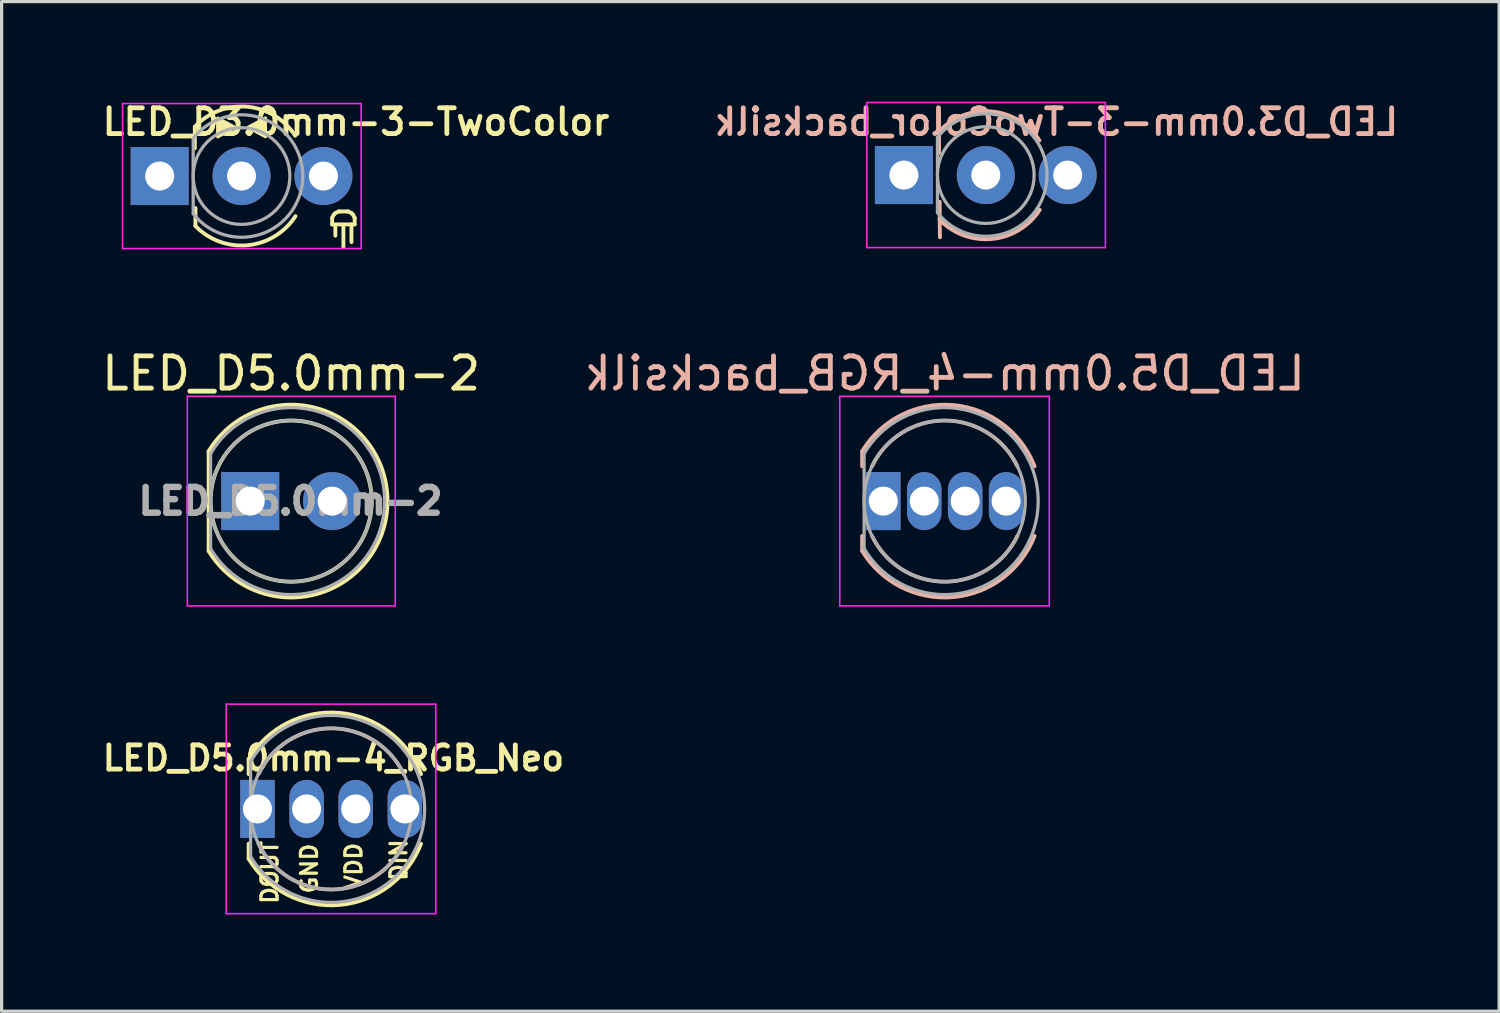
<source format=kicad_pcb>
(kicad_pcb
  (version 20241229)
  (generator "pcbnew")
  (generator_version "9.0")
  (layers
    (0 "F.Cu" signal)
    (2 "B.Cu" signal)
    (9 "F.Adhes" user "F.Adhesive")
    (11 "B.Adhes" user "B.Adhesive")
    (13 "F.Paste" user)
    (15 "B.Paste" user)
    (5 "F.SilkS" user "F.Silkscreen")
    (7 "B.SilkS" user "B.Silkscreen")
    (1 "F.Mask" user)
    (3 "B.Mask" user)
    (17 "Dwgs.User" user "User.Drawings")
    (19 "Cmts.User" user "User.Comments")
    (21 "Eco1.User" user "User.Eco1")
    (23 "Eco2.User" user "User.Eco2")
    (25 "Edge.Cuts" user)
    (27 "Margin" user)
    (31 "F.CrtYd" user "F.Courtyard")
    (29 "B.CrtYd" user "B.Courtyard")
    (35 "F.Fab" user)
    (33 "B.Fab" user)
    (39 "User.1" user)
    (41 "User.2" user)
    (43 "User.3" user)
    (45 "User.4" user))
  (footprint "LED_D5.0mm-2"
    (layer "F.Cu")
    (at 4.712 12.495)
    (property "Reference" "LED_D5.0mm-2" (at 1.27 -3.96 0) (layer "F.SilkS") (effects (font (size 1 1) (thickness 0.15))))
    (attr through_hole)
    (fp_line (start -1.29 -1.545) (end -1.29 1.545) (stroke (width 0.12) (type solid)) (layer "F.SilkS"))
    (fp_arc (start -1.29 -1.54483) (mid 2.072002 -2.880433) (end 4.26 0.000462) (stroke (width 0.12) (type solid)) (layer "F.SilkS"))
    (fp_arc (start 4.26 -0.000462) (mid 2.072002 2.880433) (end -1.29 1.54483) (stroke (width 0.12) (type solid)) (layer "F.SilkS"))
    (fp_circle (center 1.27 0) (end 3.77 0) (stroke (width 0.12) (type solid)) (fill no) (layer "F.SilkS"))
    (fp_line (start -1.95 -3.25) (end -1.95 3.25) (stroke (width 0.05) (type solid)) (layer "F.CrtYd"))
    (fp_line (start -1.95 3.25) (end 4.5 3.25) (stroke (width 0.05) (type solid)) (layer "F.CrtYd"))
    (fp_line (start 4.5 -3.25) (end -1.95 -3.25) (stroke (width 0.05) (type solid)) (layer "F.CrtYd"))
    (fp_line (start 4.5 3.25) (end 4.5 -3.25) (stroke (width 0.05) (type solid)) (layer "F.CrtYd"))
    (fp_line (start -1.23 -1.47) (end -1.23 1.47) (stroke (width 0.1) (type solid)) (layer "F.Fab"))
    (fp_arc (start -1.23 -1.469694) (mid 4.17 0.000016) (end -1.230016 1.469666) (stroke (width 0.1) (type solid)) (layer "F.Fab"))
    (fp_circle (center 1.27 0) (end 3.77 0) (stroke (width 0.1) (type solid)) (fill no) (layer "F.Fab"))
    (fp_text user "${REFERENCE}" (at 1.25 0 0) (layer "F.Fab") (effects (font (size 0.8 0.8) (thickness 0.2))))
    (pad "1" thru_hole rect (at 0 0) (size 1.8 1.8) (drill 0.9) (layers "*.Cu" "*.Mask"))
    (pad "2" thru_hole circle (at 2.54 0) (size 1.8 1.8) (drill 0.9) (layers "*.Cu" "*.Mask")))
  (footprint "LED_D3.0mm-3-TwoColor_backsilk"
    (layer "F.Cu")
    (at 24.991 2.381)
    (property "Reference" "LED_D3.0mm-3-TwoColor_backsilk" (at 4.73 -1.65 0) (layer "B.SilkS") (effects (font (size 0.8 0.8) (thickness 0.15)) (justify mirror)))
    (attr through_hole)
    (fp_line (start 1.09 -1.35) (end 1.09 -0.684) (stroke (width 0.12) (type solid)) (layer "B.SilkS"))
    (fp_line (start 1.09 -1.35) (end 1.092 -1.905) (stroke (width 0.12) (type solid)) (layer "B.SilkS"))
    (fp_line (start 1.11 0.83) (end 1.11 1.386) (stroke (width 0.12) (type solid)) (layer "B.SilkS"))
    (fp_line (start 1.118 1.93) (end 1.11 1.386) (stroke (width 0.12) (type solid)) (layer "B.SilkS"))
    (fp_arc (start 1.09 -1.35) (mid 2.71455 -1.973457) (end 4.204447 -1.074531) (stroke (width 0.12) (type solid)) (layer "B.SilkS"))
    (fp_arc (start 4.214042 1.078647) (mid 2.736228 1.981764) (end 1.11 1.386) (stroke (width 0.12) (type solid)) (layer "B.SilkS"))
    (fp_line (start -1.15 -2.25) (end -1.15 2.25) (stroke (width 0.05) (type solid)) (layer "F.CrtYd"))
    (fp_line (start -1.15 2.25) (end 6.25 2.25) (stroke (width 0.05) (type solid)) (layer "F.CrtYd"))
    (fp_line (start 6.25 -2.25) (end -1.15 -2.25) (stroke (width 0.05) (type solid)) (layer "F.CrtYd"))
    (fp_line (start 6.25 2.25) (end 6.25 -2.25) (stroke (width 0.05) (type solid)) (layer "F.CrtYd"))
    (fp_line (start 1.04 -1.166) (end 1.04 1.166) (stroke (width 0.1) (type solid)) (layer "F.Fab"))
    (fp_arc (start 1.04 -1.16619) (mid 4.44 0.000452) (end 1.039445 1.165476) (stroke (width 0.1) (type solid)) (layer "F.Fab"))
    (fp_circle (center 2.54 0) (end 4.04 0) (stroke (width 0.1) (type solid)) (fill no) (layer "F.Fab"))
    (pad "1" thru_hole rect (at 0 0) (size 1.8 1.8) (drill 0.9) (layers "*.Cu" "*.Mask"))
    (pad "2" thru_hole circle (at 2.54 0) (size 1.8 1.8) (drill 0.9) (layers "*.Cu" "*.Mask"))
    (pad "3" thru_hole circle (at 5.08 0) (size 1.8 1.8) (drill 0.9) (layers "*.Cu" "*.Mask")))
  (footprint "LED_D5.0mm-4_RGB_Neo"
    (layer "F.Cu")
    (at 5.318 22.044)
    (property "Reference" "LED_D5.0mm-4_RGB_Neo" (at 1.975 -1.575 0) (layer "F.SilkS") (effects (font (size 0.75 0.75) (thickness 0.15))))
    (attr through_hole)
    (fp_line (start -0.655 -1.545) (end -0.655 -1.08) (stroke (width 0.12) (type solid)) (layer "F.SilkS"))
    (fp_line (start -0.655 1.08) (end -0.655 1.545) (stroke (width 0.12) (type solid)) (layer "F.SilkS"))
    (fp_arc (start -0.655 -1.54483) (mid 2.163456 -2.978809) (end 4.692815 -1.080827) (stroke (width 0.12) (type solid)) (layer "F.SilkS"))
    (fp_arc (start 4.692815 1.080827) (mid 2.163456 2.978808) (end -0.655 1.54483) (stroke (width 0.12) (type solid)) (layer "F.SilkS"))
    (fp_arc (start -0.349684 -1.08) (mid 1.904762 -2.5) (end 4.159479 -1.080429) (stroke (width 0.12) (type solid)) (layer "B.SilkS"))
    (fp_arc (start 4.159479 1.080429) (mid 1.904762 2.5) (end -0.349684 1.08) (stroke (width 0.12) (type solid)) (layer "B.SilkS"))
    (fp_line (start -1.35 -3.25) (end -1.35 3.25) (stroke (width 0.05) (type solid)) (layer "F.CrtYd"))
    (fp_line (start -1.35 3.25) (end 5.15 3.25) (stroke (width 0.05) (type solid)) (layer "F.CrtYd"))
    (fp_line (start 5.15 -3.25) (end -1.35 -3.25) (stroke (width 0.05) (type solid)) (layer "F.CrtYd"))
    (fp_line (start 5.15 3.25) (end 5.15 -3.25) (stroke (width 0.05) (type solid)) (layer "F.CrtYd"))
    (fp_line (start -0.595 -1.47) (end -0.595 1.47) (stroke (width 0.1) (type solid)) (layer "F.Fab"))
    (fp_arc (start -0.595 -1.469694) (mid 4.805 0.000016) (end -0.595016 1.469666) (stroke (width 0.1) (type solid)) (layer "F.Fab"))
    (fp_circle (center 1.905 0) (end 4.405 0) (stroke (width 0.1) (type solid)) (fill no) (layer "F.Fab"))
    (fp_text user "DOUT" (at 0 1.968 90) (layer "F.SilkS") (effects (font (size 0.5 0.5) (thickness 0.1))))
    (fp_text user "GND" (at 1.225 1.85 90) (layer "F.SilkS") (effects (font (size 0.5 0.5) (thickness 0.1))))
    (fp_text user "VDD" (at 2.603 1.778 90) (layer "F.SilkS") (effects (font (size 0.5 0.5) (thickness 0.1))))
    (fp_text user "DIN" (at 4 1.587 90) (layer "F.SilkS") (effects (font (size 0.5 0.5) (thickness 0.1))))
    (pad "1" thru_hole rect (at -0.381 0) (size 1.07 1.8) (drill 0.9) (layers "*.Cu" "*.Mask"))
    (pad "2" thru_hole oval (at 1.143 0) (size 1.07 1.8) (drill 0.9) (layers "*.Cu" "*.Mask"))
    (pad "3" thru_hole oval (at 2.667 0) (size 1.07 1.8) (drill 0.9) (layers "*.Cu" "*.Mask"))
    (pad "4" thru_hole oval (at 4.191 0) (size 1.07 1.8) (drill 0.9) (layers "*.Cu" "*.Mask")))
  (footprint "LED_D3.0mm-3-TwoColor"
    (layer "F.Cu")
    (at 1.903 2.411)
    (property "Reference" "LED_D3.0mm-3-TwoColor" (at 6.09 -1.68 0) (layer "F.SilkS") (effects (font (size 0.8 0.8) (thickness 0.15))))
    (attr through_hole)
    (fp_line (start 1.09 -1.527) (end 1.09 -0.861) (stroke (width 0.12) (type solid)) (layer "F.SilkS"))
    (fp_line (start 1.11 0.994) (end 1.11 1.55) (stroke (width 0.12) (type solid)) (layer "F.SilkS"))
    (fp_line (start 5.35 1.3) (end 5.35 1.5) (stroke (width 0.12) (type solid)) (layer "F.SilkS"))
    (fp_line (start 5.35 1.5) (end 6.05 1.5) (stroke (width 0.12) (type solid)) (layer "F.SilkS"))
    (fp_line (start 5.4 1.2) (end 5.35 1.3) (stroke (width 0.12) (type solid)) (layer "F.SilkS"))
    (fp_line (start 5.45 1.15) (end 5.4 1.2) (stroke (width 0.12) (type solid)) (layer "F.SilkS"))
    (fp_line (start 5.45 1.85) (end 5.45 1.55) (stroke (width 0.12) (type solid)) (layer "F.SilkS"))
    (fp_line (start 5.55 1.1) (end 5.45 1.15) (stroke (width 0.12) (type solid)) (layer "F.SilkS"))
    (fp_line (start 5.6 1.1) (end 5.55 1.1) (stroke (width 0.12) (type solid)) (layer "F.SilkS"))
    (fp_line (start 5.6 1.1) (end 5.8 1.1) (stroke (width 0.12) (type solid)) (layer "F.SilkS"))
    (fp_line (start 5.7 2.2) (end 5.7 1.55) (stroke (width 0.12) (type solid)) (layer "F.SilkS"))
    (fp_line (start 5.8 1.1) (end 5.85 1.1) (stroke (width 0.12) (type solid)) (layer "F.SilkS"))
    (fp_line (start 5.85 1.1) (end 5.95 1.15) (stroke (width 0.12) (type solid)) (layer "F.SilkS"))
    (fp_line (start 5.95 1.15) (end 6 1.2) (stroke (width 0.12) (type solid)) (layer "F.SilkS"))
    (fp_line (start 5.95 1.5) (end 5.95 2.05) (stroke (width 0.12) (type solid)) (layer "F.SilkS"))
    (fp_line (start 6 1.2) (end 6.05 1.3) (stroke (width 0.12) (type solid)) (layer "F.SilkS"))
    (fp_line (start 6.05 1.3) (end 6.05 1.5) (stroke (width 0.12) (type solid)) (layer "F.SilkS"))
    (fp_arc (start 1.09 -1.52658) (mid 2.714972 -2.15) (end 4.204906 -1.250399) (stroke (width 0.12) (type solid)) (layer "F.SilkS"))
    (fp_arc (start 4.213559 1.243397) (mid 2.735785 2.145809) (end 1.11 1.55) (stroke (width 0.12) (type solid)) (layer "F.SilkS"))
    (fp_poly (pts (xy 1.8 -1.216) (xy 2.34 -1.506) (xy 1.8 -1.796)) (stroke (width 0.1) (type solid)) (fill yes) (layer "F.SilkS"))
    (fp_poly (pts (xy 3.282 -1.221) (xy 2.742 -1.511) (xy 3.282 -1.801)) (stroke (width 0.1) (type solid)) (fill yes) (layer "F.SilkS"))
    (fp_line (start -1.15 -2.25) (end -1.15 2.25) (stroke (width 0.05) (type solid)) (layer "F.CrtYd"))
    (fp_line (start -1.15 2.25) (end 6.25 2.25) (stroke (width 0.05) (type solid)) (layer "F.CrtYd"))
    (fp_line (start 6.25 -2.25) (end -1.15 -2.25) (stroke (width 0.05) (type solid)) (layer "F.CrtYd"))
    (fp_line (start 6.25 2.25) (end 6.25 -2.25) (stroke (width 0.05) (type solid)) (layer "F.CrtYd"))
    (fp_line (start 1.04 -1.166) (end 1.04 1.166) (stroke (width 0.1) (type solid)) (layer "F.Fab"))
    (fp_arc (start 1.04 -1.16619) (mid 4.44 0.000452) (end 1.039445 1.165476) (stroke (width 0.1) (type solid)) (layer "F.Fab"))
    (fp_circle (center 2.54 0) (end 4.04 0) (stroke (width 0.1) (type solid)) (fill no) (layer "F.Fab"))
    (pad "1" thru_hole rect (at 0 0) (size 1.8 1.8) (drill 0.9) (layers "*.Cu" "*.Mask"))
    (pad "2" thru_hole circle (at 2.54 0) (size 1.8 1.8) (drill 0.9) (layers "*.Cu" "*.Mask"))
    (pad "3" thru_hole circle (at 5.08 0) (size 1.8 1.8) (drill 0.9) (layers "*.Cu" "*.Mask")))
  (footprint "LED_D5.0mm-4_RGB_backsilk"
    (layer "F.Cu")
    (at 24.351 12.495)
    (property "Reference" "LED_D5.0mm-4_RGB_backsilk" (at 1.905 -3.96 0) (layer "B.SilkS") (effects (font (size 1 1) (thickness 0.15)) (justify mirror)))
    (attr through_hole)
    (fp_line (start -0.655 -1.545) (end -0.655 -1.08) (stroke (width 0.12) (type solid)) (layer "B.SilkS"))
    (fp_line (start -0.655 1.08) (end -0.655 1.545) (stroke (width 0.12) (type solid)) (layer "B.SilkS"))
    (fp_arc (start -0.655 -1.54483) (mid 2.163456 -2.978809) (end 4.692815 -1.080827) (stroke (width 0.12) (type solid)) (layer "B.SilkS"))
    (fp_arc (start -0.349684 -1.08) (mid 1.904762 -2.5) (end 4.159479 -1.080429) (stroke (width 0.12) (type solid)) (layer "B.SilkS"))
    (fp_arc (start 4.159479 1.080429) (mid 1.904762 2.5) (end -0.349684 1.08) (stroke (width 0.12) (type solid)) (layer "B.SilkS"))
    (fp_arc (start 4.692815 1.080827) (mid 2.163456 2.978808) (end -0.655 1.54483) (stroke (width 0.12) (type solid)) (layer "B.SilkS"))
    (fp_line (start -1.35 -3.25) (end -1.35 3.25) (stroke (width 0.05) (type solid)) (layer "F.CrtYd"))
    (fp_line (start -1.35 3.25) (end 5.15 3.25) (stroke (width 0.05) (type solid)) (layer "F.CrtYd"))
    (fp_line (start 5.15 -3.25) (end -1.35 -3.25) (stroke (width 0.05) (type solid)) (layer "F.CrtYd"))
    (fp_line (start 5.15 3.25) (end 5.15 -3.25) (stroke (width 0.05) (type solid)) (layer "F.CrtYd"))
    (fp_line (start -0.595 -1.47) (end -0.595 1.47) (stroke (width 0.1) (type solid)) (layer "F.Fab"))
    (fp_arc (start -0.595 -1.469694) (mid 4.805 0.000016) (end -0.595016 1.469666) (stroke (width 0.1) (type solid)) (layer "F.Fab"))
    (fp_circle (center 1.905 0) (end 4.405 0) (stroke (width 0.1) (type solid)) (fill no) (layer "F.Fab"))
    (pad "1" thru_hole rect (at 0 0) (size 1.07 1.8) (drill 0.9) (layers "*.Cu" "*.Mask"))
    (pad "2" thru_hole oval (at 1.27 0) (size 1.07 1.8) (drill 0.9) (layers "*.Cu" "*.Mask"))
    (pad "3" thru_hole oval (at 2.54 0) (size 1.07 1.8) (drill 0.9) (layers "*.Cu" "*.Mask"))
    (pad "4" thru_hole oval (at 3.81 0) (size 1.07 1.8) (drill 0.9) (layers "*.Cu" "*.Mask")))
  (gr_rect
    (start -3 -3)
    (end 43.456 28.32)
    (stroke (width 0.1) (type default))
    (fill no)
    (layer "Edge.Cuts")))
</source>
